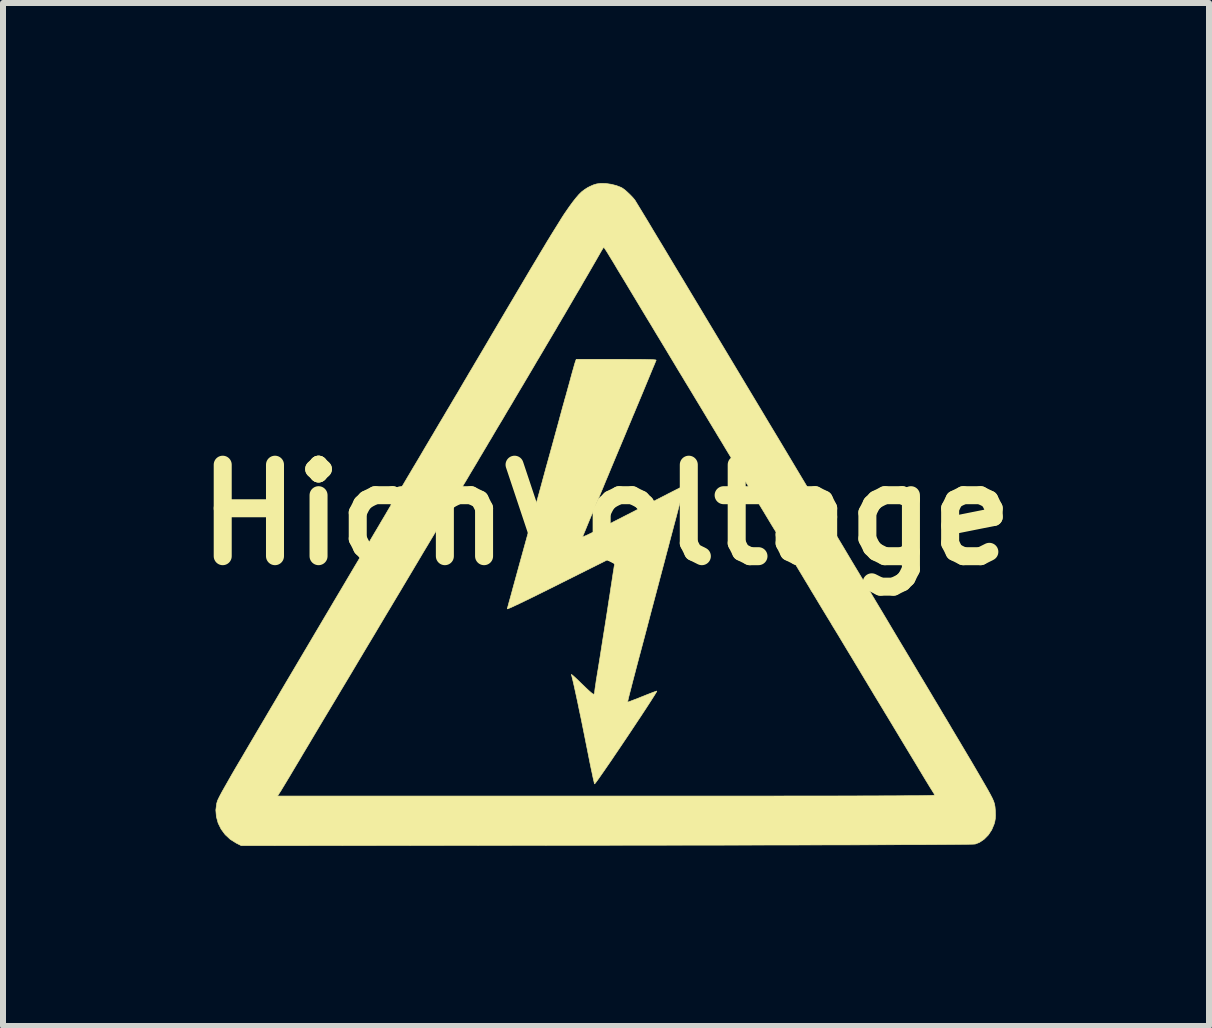
<source format=kicad_pcb>
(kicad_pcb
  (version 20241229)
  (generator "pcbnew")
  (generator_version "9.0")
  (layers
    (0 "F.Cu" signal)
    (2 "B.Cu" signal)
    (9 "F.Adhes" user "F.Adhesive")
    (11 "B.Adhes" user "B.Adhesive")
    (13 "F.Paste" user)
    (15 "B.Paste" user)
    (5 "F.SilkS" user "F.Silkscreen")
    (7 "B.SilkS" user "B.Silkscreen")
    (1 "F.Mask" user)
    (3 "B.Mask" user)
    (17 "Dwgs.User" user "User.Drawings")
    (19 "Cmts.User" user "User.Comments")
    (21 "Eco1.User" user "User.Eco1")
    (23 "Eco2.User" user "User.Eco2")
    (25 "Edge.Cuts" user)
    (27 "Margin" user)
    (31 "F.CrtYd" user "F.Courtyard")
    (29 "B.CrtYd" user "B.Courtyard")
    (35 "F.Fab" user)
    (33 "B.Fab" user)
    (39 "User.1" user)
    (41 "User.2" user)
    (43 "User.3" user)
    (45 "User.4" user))
  (footprint "HighVoltage"
    (layer "F.Cu")
    (at 7.047 5.527)
    (property "Reference" "HighVoltage" (at 0 0 0) (layer "F.SilkS") (effects (font (size 1.524 1.524) (thickness 0.3))))
    (attr through_hole)
    (fp_poly (pts (xy 0.325 -2.591) (xy 0.454 -2.59) (xy 0.561 -2.59) (xy 0.648 -2.589) (xy 0.715 -2.587) (xy 0.766 -2.586) (xy 0.802 -2.583) (xy 0.824 -2.581) (xy 0.834 -2.577) (xy 0.835 -2.575) (xy 0.826 -2.555) (xy 0.81 -2.515) (xy 0.786 -2.459) (xy 0.757 -2.389) (xy 0.724 -2.309) (xy 0.688 -2.222) (xy 0.651 -2.133) (xy 0.614 -2.043) (xy 0.578 -1.957) (xy 0.545 -1.878) (xy 0.516 -1.809) (xy 0.493 -1.754) (xy 0.477 -1.715) (xy 0.477 -1.714) (xy 0.449 -1.65) (xy 0.417 -1.572) (xy 0.382 -1.489) (xy 0.35 -1.413) (xy 0.349 -1.41) (xy 0.321 -1.342) (xy 0.293 -1.275) (xy 0.269 -1.218) (xy 0.251 -1.175) (xy 0.248 -1.168) (xy 0.239 -1.146) (xy 0.221 -1.104) (xy 0.196 -1.044) (xy 0.164 -0.968) (xy 0.127 -0.879) (xy 0.085 -0.779) (xy 0.041 -0.672) (xy -0.007 -0.558) (xy -0.055 -0.441) (xy -0.104 -0.324) (xy -0.152 -0.208) (xy -0.199 -0.096) (xy -0.243 0.009) (xy -0.283 0.105) (xy -0.318 0.19) (xy -0.347 0.261) (xy -0.37 0.316) (xy -0.385 0.352) (xy -0.391 0.367) (xy -0.382 0.366) (xy -0.353 0.354) (xy -0.307 0.334) (xy -0.247 0.305) (xy -0.176 0.27) (xy -0.096 0.23) (xy -0.081 0.222) (xy 0.143 0.107) (xy 0.347 0.003) (xy 0.534 -0.093) (xy 0.704 -0.18) (xy 0.862 -0.261) (xy 1.009 -0.336) (xy 1.031 -0.348) (xy 1.106 -0.386) (xy 1.173 -0.42) (xy 1.229 -0.448) (xy 1.271 -0.469) (xy 1.295 -0.481) (xy 1.3 -0.483) (xy 1.3 -0.479) (xy 1.298 -0.466) (xy 1.293 -0.442) (xy 1.284 -0.405) (xy 1.271 -0.355) (xy 1.254 -0.289) (xy 1.233 -0.206) (xy 1.206 -0.104) (xy 1.174 0.019) (xy 1.135 0.164) (xy 1.118 0.229) (xy 1.093 0.323) (xy 1.065 0.428) (xy 1.038 0.533) (xy 1.012 0.629) (xy 0.997 0.686) (xy 0.975 0.771) (xy 0.948 0.872) (xy 0.92 0.977) (xy 0.893 1.079) (xy 0.878 1.137) (xy 0.809 1.397) (xy 0.746 1.634) (xy 0.69 1.848) (xy 0.639 2.042) (xy 0.593 2.215) (xy 0.552 2.368) (xy 0.516 2.504) (xy 0.485 2.623) (xy 0.458 2.726) (xy 0.435 2.814) (xy 0.416 2.889) (xy 0.4 2.95) (xy 0.387 3.001) (xy 0.377 3.04) (xy 0.37 3.071) (xy 0.365 3.093) (xy 0.361 3.108) (xy 0.36 3.116) (xy 0.36 3.12) (xy 0.36 3.12) (xy 0.373 3.117) (xy 0.405 3.106) (xy 0.454 3.087) (xy 0.516 3.064) (xy 0.587 3.035) (xy 0.603 3.029) (xy 0.675 3) (xy 0.739 2.975) (xy 0.791 2.955) (xy 0.828 2.942) (xy 0.845 2.937) (xy 0.846 2.937) (xy 0.841 2.949) (xy 0.823 2.98) (xy 0.793 3.028) (xy 0.753 3.091) (xy 0.704 3.167) (xy 0.648 3.253) (xy 0.585 3.349) (xy 0.517 3.451) (xy 0.446 3.558) (xy 0.373 3.668) (xy 0.299 3.778) (xy 0.225 3.888) (xy 0.153 3.994) (xy 0.085 4.095) (xy 0.021 4.188) (xy -0.037 4.272) (xy -0.088 4.345) (xy -0.13 4.405) (xy -0.162 4.449) (xy -0.183 4.476) (xy -0.191 4.483) (xy -0.195 4.471) (xy -0.203 4.436) (xy -0.216 4.381) (xy -0.231 4.309) (xy -0.25 4.221) (xy -0.271 4.119) (xy -0.293 4.007) (xy -0.317 3.886) (xy -0.323 3.858) (xy -0.354 3.701) (xy -0.385 3.547) (xy -0.415 3.398) (xy -0.445 3.257) (xy -0.472 3.125) (xy -0.498 3.005) (xy -0.521 2.899) (xy -0.541 2.809) (xy -0.558 2.738) (xy -0.57 2.688) (xy -0.578 2.661) (xy -0.573 2.661) (xy -0.552 2.678) (xy -0.518 2.708) (xy -0.473 2.75) (xy -0.421 2.801) (xy -0.403 2.818) (xy -0.343 2.876) (xy -0.291 2.925) (xy -0.249 2.962) (xy -0.219 2.985) (xy -0.205 2.992) (xy -0.205 2.992) (xy -0.193 2.973) (xy -0.19 2.955) (xy -0.188 2.935) (xy -0.183 2.893) (xy -0.174 2.835) (xy -0.164 2.764) (xy -0.151 2.685) (xy -0.146 2.654) (xy -0.129 2.552) (xy -0.11 2.434) (xy -0.089 2.302) (xy -0.067 2.161) (xy -0.044 2.015) (xy -0.02 1.866) (xy 0.003 1.72) (xy 0.025 1.579) (xy 0.045 1.447) (xy 0.064 1.328) (xy 0.079 1.225) (xy 0.092 1.143) (xy 0.095 1.124) (xy 0.106 1.051) (xy 0.116 0.984) (xy 0.125 0.929) (xy 0.131 0.891) (xy 0.133 0.876) (xy 0.138 0.847) (xy 0.144 0.803) (xy 0.148 0.764) (xy 0.156 0.684) (xy -0.748 1.136) (xy -0.932 1.228) (xy -1.093 1.308) (xy -1.233 1.377) (xy -1.352 1.435) (xy -1.45 1.482) (xy -1.527 1.518) (xy -1.585 1.545) (xy -1.624 1.561) (xy -1.643 1.567) (xy -1.646 1.566) (xy -1.641 1.548) (xy -1.63 1.509) (xy -1.615 1.452) (xy -1.595 1.382) (xy -1.573 1.302) (xy -1.556 1.238) (xy -1.487 0.987) (xy -1.423 0.754) (xy -1.364 0.541) (xy -1.311 0.349) (xy -1.264 0.179) (xy -1.224 0.031) (xy -1.189 -0.093) (xy -1.175 -0.146) (xy -1.155 -0.218) (xy -1.13 -0.307) (xy -1.102 -0.409) (xy -1.073 -0.515) (xy -1.045 -0.619) (xy -1.03 -0.673) (xy -1.002 -0.777) (xy -0.971 -0.888) (xy -0.94 -1) (xy -0.911 -1.105) (xy -0.886 -1.196) (xy -0.876 -1.232) (xy -0.852 -1.32) (xy -0.826 -1.415) (xy -0.801 -1.506) (xy -0.779 -1.587) (xy -0.767 -1.632) (xy -0.746 -1.709) (xy -0.724 -1.791) (xy -0.702 -1.868) (xy -0.687 -1.924) (xy -0.671 -1.978) (xy -0.651 -2.051) (xy -0.628 -2.134) (xy -0.604 -2.221) (xy -0.585 -2.292) (xy -0.564 -2.369) (xy -0.544 -2.438) (xy -0.528 -2.496) (xy -0.515 -2.539) (xy -0.508 -2.561) (xy -0.507 -2.562) (xy -0.496 -2.591) (xy 0.173 -2.591) (xy 0.325 -2.591)) (stroke (width 0.01) (type solid)) (fill yes) (layer "F.SilkS"))
    (fp_poly (pts (xy -0.003 -5.52) (xy 0.086 -5.507) (xy 0.173 -5.485) (xy 0.248 -5.456) (xy 0.272 -5.443) (xy 0.31 -5.416) (xy 0.358 -5.374) (xy 0.408 -5.326) (xy 0.454 -5.277) (xy 0.48 -5.245) (xy 0.489 -5.231) (xy 0.51 -5.196) (xy 0.543 -5.142) (xy 0.588 -5.068) (xy 0.644 -4.976) (xy 0.71 -4.867) (xy 0.785 -4.741) (xy 0.87 -4.6) (xy 0.964 -4.445) (xy 1.065 -4.276) (xy 1.174 -4.094) (xy 1.291 -3.901) (xy 1.413 -3.697) (xy 1.542 -3.483) (xy 1.676 -3.259) (xy 1.815 -3.028) (xy 1.958 -2.79) (xy 2.105 -2.545) (xy 2.255 -2.295) (xy 2.408 -2.04) (xy 2.563 -1.782) (xy 2.719 -1.521) (xy 2.877 -1.259) (xy 3.035 -0.995) (xy 3.192 -0.732) (xy 3.349 -0.47) (xy 3.505 -0.21) (xy 3.66 0.048) (xy 3.812 0.301) (xy 3.961 0.55) (xy 4.106 0.794) (xy 4.248 1.03) (xy 4.386 1.26) (xy 4.518 1.481) (xy 4.645 1.693) (xy 4.765 1.895) (xy 4.879 2.086) (xy 4.986 2.264) (xy 5.085 2.43) (xy 5.143 2.527) (xy 5.222 2.66) (xy 5.304 2.796) (xy 5.386 2.933) (xy 5.466 3.068) (xy 5.543 3.196) (xy 5.613 3.315) (xy 5.677 3.421) (xy 5.73 3.51) (xy 5.753 3.55) (xy 5.878 3.759) (xy 5.99 3.948) (xy 6.09 4.116) (xy 6.176 4.263) (xy 6.25 4.39) (xy 6.312 4.497) (xy 6.362 4.584) (xy 6.4 4.653) (xy 6.426 4.703) (xy 6.437 4.724) (xy 6.459 4.775) (xy 6.473 4.819) (xy 6.481 4.865) (xy 6.486 4.923) (xy 6.487 4.942) (xy 6.489 5.009) (xy 6.486 5.061) (xy 6.478 5.109) (xy 6.466 5.153) (xy 6.426 5.249) (xy 6.37 5.334) (xy 6.3 5.405) (xy 6.222 5.458) (xy 6.153 5.485) (xy 6.14 5.486) (xy 6.11 5.488) (xy 6.063 5.489) (xy 5.998 5.49) (xy 5.915 5.491) (xy 5.813 5.492) (xy 5.692 5.493) (xy 5.553 5.494) (xy 5.393 5.495) (xy 5.214 5.496) (xy 5.015 5.496) (xy 4.795 5.497) (xy 4.554 5.498) (xy 4.291 5.499) (xy 4.008 5.5) (xy 3.702 5.5) (xy 3.373 5.501) (xy 3.023 5.502) (xy 2.649 5.502) (xy 2.252 5.503) (xy 1.831 5.504) (xy 1.386 5.504) (xy 0.916 5.505) (xy 0.422 5.505) (xy 0.013 5.506) (xy -6.077 5.512) (xy -6.159 5.471) (xy -6.26 5.408) (xy -6.345 5.329) (xy -6.413 5.237) (xy -6.463 5.136) (xy -6.492 5.029) (xy -6.501 4.919) (xy -6.487 4.81) (xy -6.473 4.763) (xy -6.46 4.734) (xy -6.436 4.686) (xy -5.474 4.686) (xy -0.00013 4.686) (xy 0.456 4.686) (xy 0.886 4.686) (xy 1.293 4.686) (xy 1.676 4.686) (xy 2.037 4.686) (xy 2.375 4.686) (xy 2.692 4.686) (xy 2.987 4.685) (xy 3.262 4.685) (xy 3.518 4.685) (xy 3.755 4.685) (xy 3.973 4.684) (xy 4.173 4.684) (xy 4.356 4.683) (xy 4.523 4.683) (xy 4.673 4.682) (xy 4.809 4.682) (xy 4.929 4.681) (xy 5.036 4.68) (xy 5.13 4.679) (xy 5.21 4.679) (xy 5.279 4.678) (xy 5.336 4.677) (xy 5.382 4.676) (xy 5.418 4.675) (xy 5.445 4.673) (xy 5.462 4.672) (xy 5.472 4.671) (xy 5.474 4.67) (xy 5.466 4.646) (xy 5.462 4.641) (xy 5.453 4.628) (xy 5.433 4.595) (xy 5.402 4.546) (xy 5.363 4.482) (xy 5.317 4.407) (xy 5.266 4.322) (xy 5.211 4.231) (xy 5.21 4.229) (xy 5.15 4.129) (xy 5.079 4.012) (xy 5.001 3.883) (xy 4.919 3.747) (xy 4.836 3.609) (xy 4.755 3.474) (xy 4.678 3.347) (xy 4.654 3.308) (xy 4.59 3.201) (xy 4.528 3.099) (xy 4.47 3.004) (xy 4.419 2.918) (xy 4.374 2.844) (xy 4.339 2.785) (xy 4.313 2.743) (xy 4.3 2.721) (xy 4.278 2.684) (xy 4.248 2.634) (xy 4.21 2.57) (xy 4.162 2.491) (xy 4.105 2.396) (xy 4.037 2.284) (xy 3.958 2.153) (xy 3.868 2.003) (xy 3.764 1.833) (xy 3.747 1.803) (xy 3.679 1.692) (xy 3.611 1.58) (xy 3.544 1.469) (xy 3.481 1.364) (xy 3.423 1.269) (xy 3.374 1.186) (xy 3.334 1.12) (xy 3.321 1.099) (xy 3.289 1.045) (xy 3.245 0.972) (xy 3.192 0.884) (xy 3.131 0.783) (xy 3.065 0.673) (xy 2.995 0.557) (xy 2.922 0.437) (xy 2.85 0.318) (xy 2.839 0.298) (xy 2.767 0.181) (xy 2.696 0.063) (xy 2.628 -0.05) (xy 2.563 -0.157) (xy 2.504 -0.255) (xy 2.453 -0.34) (xy 2.411 -0.41) (xy 2.38 -0.461) (xy 2.375 -0.47) (xy 2.348 -0.514) (xy 2.31 -0.577) (xy 2.262 -0.657) (xy 2.205 -0.751) (xy 2.142 -0.857) (xy 2.072 -0.972) (xy 1.998 -1.094) (xy 1.922 -1.221) (xy 1.844 -1.349) (xy 1.835 -1.365) (xy 1.732 -1.535) (xy 1.642 -1.685) (xy 1.562 -1.818) (xy 1.491 -1.935) (xy 1.428 -2.04) (xy 1.371 -2.134) (xy 1.319 -2.219) (xy 1.272 -2.298) (xy 1.226 -2.373) (xy 1.182 -2.446) (xy 1.138 -2.52) (xy 1.092 -2.596) (xy 1.044 -2.676) (xy 1.002 -2.746) (xy 0.953 -2.827) (xy 0.894 -2.925) (xy 0.827 -3.035) (xy 0.756 -3.154) (xy 0.681 -3.277) (xy 0.607 -3.4) (xy 0.536 -3.518) (xy 0.521 -3.543) (xy 0.454 -3.654) (xy 0.386 -3.767) (xy 0.32 -3.877) (xy 0.257 -3.981) (xy 0.199 -4.076) (xy 0.15 -4.159) (xy 0.111 -4.224) (xy 0.098 -4.245) (xy 0.058 -4.31) (xy 0.023 -4.368) (xy -0.006 -4.413) (xy -0.027 -4.444) (xy -0.037 -4.457) (xy -0.037 -4.457) (xy -0.046 -4.447) (xy -0.064 -4.419) (xy -0.089 -4.377) (xy -0.113 -4.334) (xy -0.134 -4.298) (xy -0.165 -4.243) (xy -0.207 -4.171) (xy -0.256 -4.086) (xy -0.311 -3.991) (xy -0.372 -3.887) (xy -0.435 -3.777) (xy -0.501 -3.666) (xy -0.566 -3.554) (xy -0.629 -3.446) (xy -0.689 -3.343) (xy -0.745 -3.249) (xy -0.762 -3.219) (xy -0.798 -3.159) (xy -0.838 -3.089) (xy -0.877 -3.024) (xy -0.885 -3.01) (xy -0.913 -2.963) (xy -0.95 -2.9) (xy -0.993 -2.828) (xy -1.038 -2.751) (xy -1.073 -2.692) (xy -1.115 -2.621) (xy -1.156 -2.553) (xy -1.192 -2.491) (xy -1.221 -2.442) (xy -1.238 -2.413) (xy -1.254 -2.386) (xy -1.276 -2.349) (xy -1.304 -2.301) (xy -1.34 -2.241) (xy -1.384 -2.166) (xy -1.438 -2.076) (xy -1.502 -1.968) (xy -1.577 -1.84) (xy -1.641 -1.734) (xy -1.723 -1.594) (xy -1.795 -1.475) (xy -1.856 -1.372) (xy -1.908 -1.283) (xy -1.954 -1.207) (xy -1.993 -1.14) (xy -2.029 -1.08) (xy -2.062 -1.024) (xy -2.094 -0.971) (xy -2.126 -0.917) (xy -2.127 -0.914) (xy -2.158 -0.862) (xy -2.201 -0.79) (xy -2.254 -0.702) (xy -2.315 -0.598) (xy -2.385 -0.482) (xy -2.46 -0.355) (xy -2.54 -0.221) (xy -2.623 -0.081) (xy -2.709 0.062) (xy -2.794 0.207) (xy -2.879 0.349) (xy -2.962 0.488) (xy -3.042 0.621) (xy -3.116 0.746) (xy -3.133 0.775) (xy -3.171 0.838) (xy -3.22 0.921) (xy -3.279 1.02) (xy -3.346 1.132) (xy -3.419 1.255) (xy -3.497 1.385) (xy -3.578 1.521) (xy -3.661 1.659) (xy -3.743 1.797) (xy -3.766 1.835) (xy -3.854 1.984) (xy -3.949 2.142) (xy -4.047 2.306) (xy -4.146 2.472) (xy -4.244 2.637) (xy -4.338 2.794) (xy -4.427 2.942) (xy -4.506 3.075) (xy -4.566 3.175) (xy -4.643 3.303) (xy -4.724 3.438) (xy -4.807 3.577) (xy -4.889 3.715) (xy -4.968 3.848) (xy -5.042 3.971) (xy -5.106 4.08) (xy -5.15 4.153) (xy -5.206 4.247) (xy -5.26 4.338) (xy -5.31 4.421) (xy -5.354 4.494) (xy -5.39 4.553) (xy -5.416 4.597) (xy -5.431 4.62) (xy -5.474 4.686) (xy -6.436 4.686) (xy -6.436 4.686) (xy -6.401 4.62) (xy -6.356 4.54) (xy -6.303 4.447) (xy -6.244 4.343) (xy -6.179 4.231) (xy -6.122 4.134) (xy -6.056 4.023) (xy -5.993 3.915) (xy -5.933 3.813) (xy -5.878 3.72) (xy -5.83 3.638) (xy -5.79 3.57) (xy -5.76 3.519) (xy -5.741 3.487) (xy -5.74 3.486) (xy -5.719 3.45) (xy -5.685 3.393) (xy -5.639 3.314) (xy -5.58 3.214) (xy -5.508 3.093) (xy -5.425 2.951) (xy -5.329 2.788) (xy -5.221 2.606) (xy -5.101 2.403) (xy -4.969 2.18) (xy -4.826 1.938) (xy -4.765 1.835) (xy -4.696 1.718) (xy -4.618 1.587) (xy -4.535 1.446) (xy -4.45 1.303) (xy -4.368 1.165) (xy -4.293 1.038) (xy -4.261 0.984) (xy -4.19 0.864) (xy -4.11 0.73) (xy -4.025 0.587) (xy -3.94 0.444) (xy -3.858 0.305) (xy -3.783 0.179) (xy -3.753 0.127) (xy -3.684 0.011) (xy -3.609 -0.117) (xy -3.53 -0.25) (xy -3.451 -0.383) (xy -3.376 -0.509) (xy -3.309 -0.623) (xy -3.279 -0.673) (xy -3.217 -0.778) (xy -3.15 -0.89) (xy -3.082 -1.005) (xy -3.017 -1.116) (xy -2.957 -1.217) (xy -2.906 -1.304) (xy -2.895 -1.321) (xy -2.84 -1.415) (xy -2.778 -1.52) (xy -2.714 -1.627) (xy -2.654 -1.729) (xy -2.6 -1.819) (xy -2.591 -1.835) (xy -2.546 -1.911) (xy -2.503 -1.983) (xy -2.464 -2.048) (xy -2.433 -2.102) (xy -2.411 -2.139) (xy -2.407 -2.146) (xy -2.39 -2.175) (xy -2.362 -2.223) (xy -2.325 -2.285) (xy -2.282 -2.359) (xy -2.234 -2.439) (xy -2.184 -2.524) (xy -2.178 -2.534) (xy -2.12 -2.632) (xy -2.053 -2.745) (xy -1.981 -2.867) (xy -1.909 -2.99) (xy -1.839 -3.108) (xy -1.781 -3.207) (xy -1.666 -3.402) (xy -1.555 -3.589) (xy -1.45 -3.767) (xy -1.351 -3.934) (xy -1.259 -4.09) (xy -1.174 -4.231) (xy -1.099 -4.357) (xy -1.033 -4.466) (xy -0.979 -4.557) (xy -0.935 -4.628) (xy -0.927 -4.642) (xy -0.857 -4.755) (xy -0.797 -4.851) (xy -0.749 -4.929) (xy -0.712 -4.987) (xy -0.687 -5.025) (xy -0.681 -5.033) (xy -0.61 -5.136) (xy -0.549 -5.219) (xy -0.495 -5.287) (xy -0.448 -5.341) (xy -0.403 -5.384) (xy -0.358 -5.418) (xy -0.312 -5.448) (xy -0.27 -5.47) (xy -0.209 -5.497) (xy -0.155 -5.513) (xy -0.096 -5.521) (xy -0.085 -5.522) (xy -0.003 -5.52)) (stroke (width 0.01) (type solid)) (fill yes) (layer "F.SilkS")))
  (gr_rect
    (start -3 -3)
    (end 17.093 14.044)
    (stroke (width 0.1) (type default))
    (fill no)
    (layer "Edge.Cuts")))
</source>
